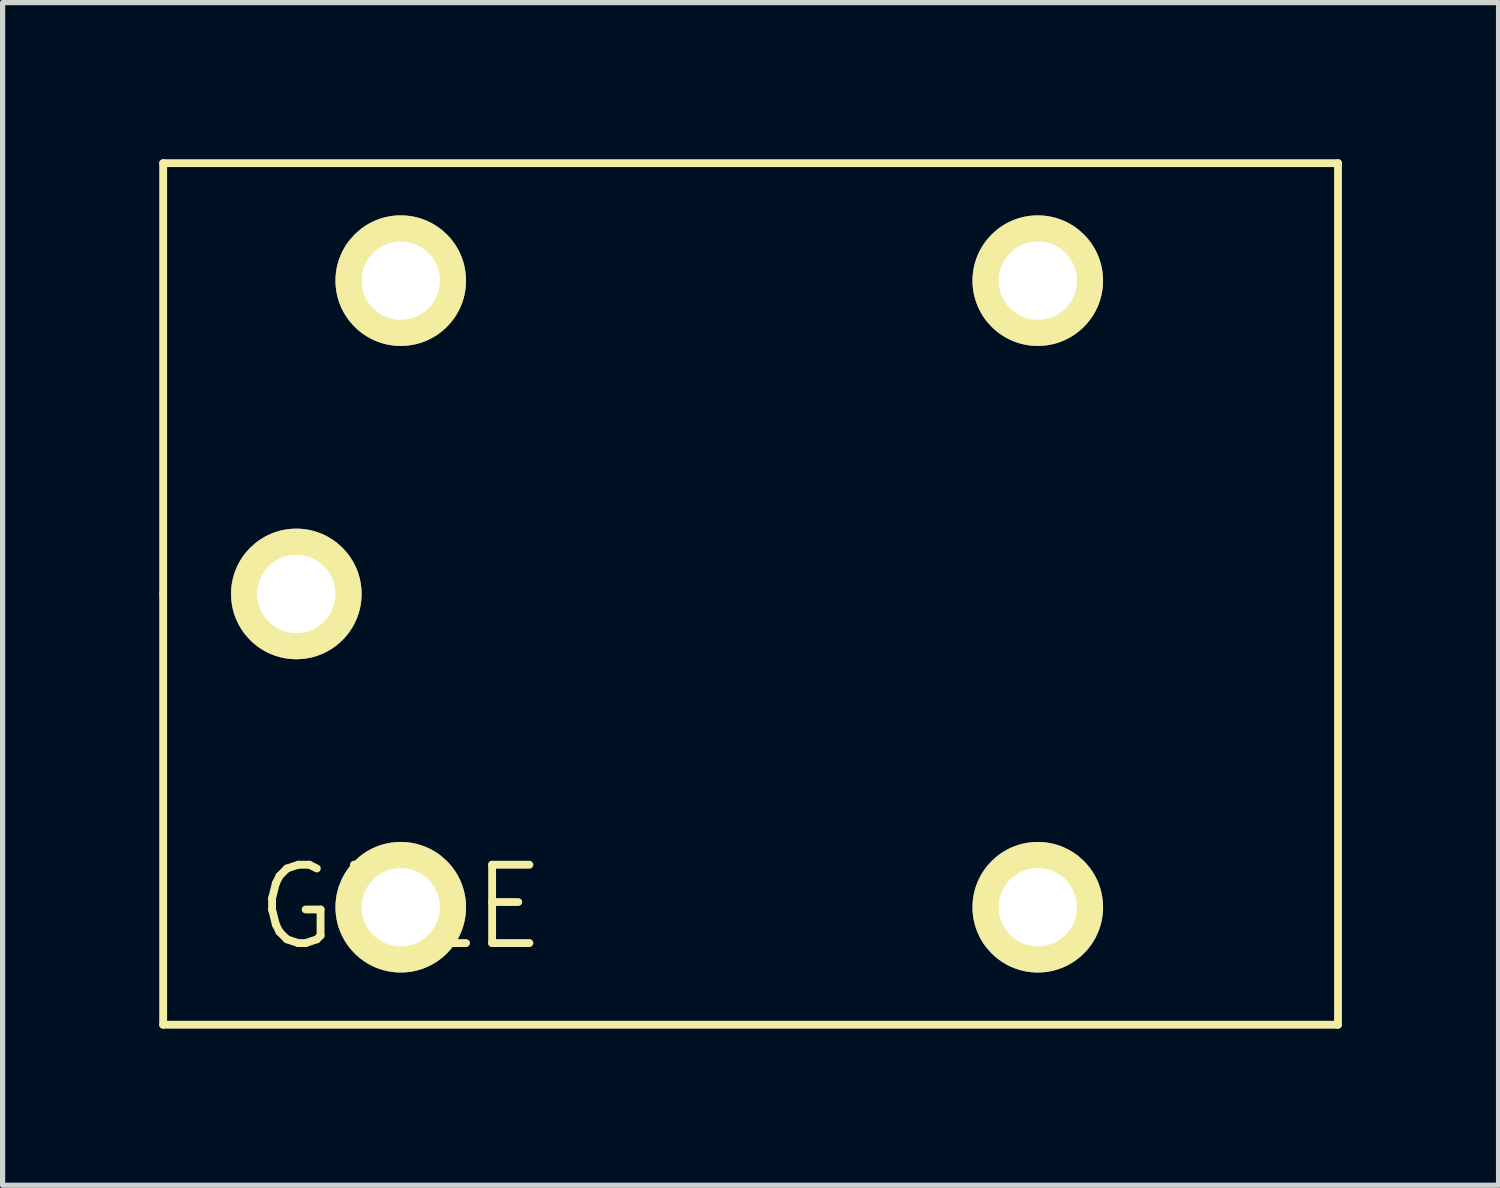
<source format=kicad_pcb>
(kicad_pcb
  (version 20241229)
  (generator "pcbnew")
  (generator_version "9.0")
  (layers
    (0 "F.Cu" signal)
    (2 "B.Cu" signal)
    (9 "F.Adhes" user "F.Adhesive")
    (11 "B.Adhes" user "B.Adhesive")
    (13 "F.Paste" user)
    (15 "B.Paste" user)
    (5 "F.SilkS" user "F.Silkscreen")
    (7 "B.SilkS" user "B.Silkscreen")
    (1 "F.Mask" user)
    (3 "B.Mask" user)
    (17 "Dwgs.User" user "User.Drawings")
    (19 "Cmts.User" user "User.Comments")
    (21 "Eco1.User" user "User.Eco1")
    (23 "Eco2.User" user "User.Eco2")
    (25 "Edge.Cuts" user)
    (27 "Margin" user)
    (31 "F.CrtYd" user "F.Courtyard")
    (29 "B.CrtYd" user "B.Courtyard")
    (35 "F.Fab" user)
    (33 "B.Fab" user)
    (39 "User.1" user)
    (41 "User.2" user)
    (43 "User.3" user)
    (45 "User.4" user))
  (footprint "G5LE"
    (layer "F.Cu")
    (at 4.625 14.325)
    (property "Reference" "G5LE" (at 0 0 0) (layer "F.SilkS") (effects (font (size 1.5 1.5) (thickness 0.15))))
    (attr through_hole)
    (fp_line (start -4.55 -14.25) (end 17.95 -14.25) (stroke (width 0.15) (type solid)) (layer "F.SilkS"))
    (fp_line (start -4.55 -6) (end -4.55 -14.25) (stroke (width 0.15) (type solid)) (layer "F.SilkS"))
    (fp_line (start -4.55 2.25) (end -4.55 -6) (stroke (width 0.15) (type solid)) (layer "F.SilkS"))
    (fp_line (start 17.95 -14.25) (end 17.95 2.25) (stroke (width 0.15) (type solid)) (layer "F.SilkS"))
    (fp_line (start 17.95 2.25) (end -4.55 2.25) (stroke (width 0.15) (type solid)) (layer "F.SilkS"))
    (pad "1" thru_hole circle (at -2 -6) (size 2.5 2.5) (drill 1.5) (layers "*.Cu" "*.Mask" "F.SilkS"))
    (pad "2" thru_hole circle (at 0 -12) (size 2.5 2.5) (drill 1.5) (layers "*.Cu" "*.Mask" "F.SilkS"))
    (pad "3" thru_hole circle (at 12.2 -12) (size 2.5 2.5) (drill 1.5) (layers "*.Cu" "*.Mask" "F.SilkS"))
    (pad "4" thru_hole circle (at 12.2 0) (size 2.5 2.5) (drill 1.5) (layers "*.Cu" "*.Mask" "F.SilkS"))
    (pad "5" thru_hole circle (at 0 0) (size 2.5 2.5) (drill 1.5) (layers "*.Cu" "*.Mask" "F.SilkS")))
  (gr_rect
    (start -3 -3)
    (end 25.65 19.65)
    (stroke (width 0.1) (type default))
    (fill no)
    (layer "Edge.Cuts")))
</source>
